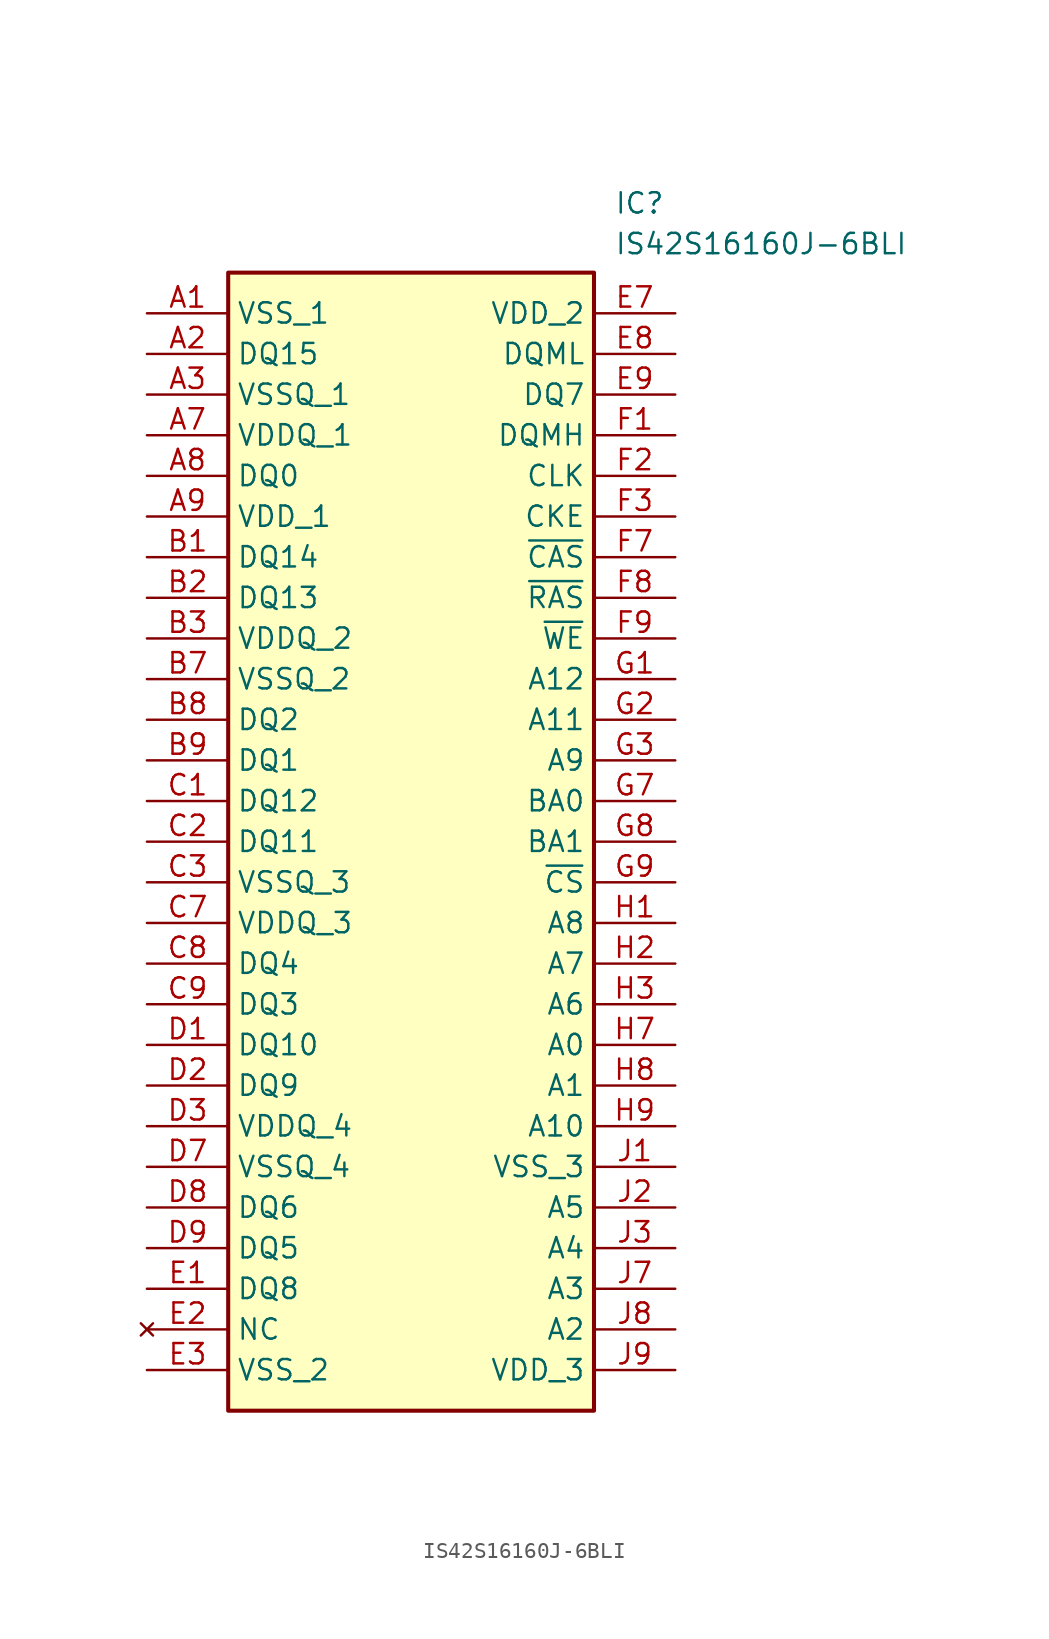
<source format=kicad_sym>
(kicad_symbol_lib
  (version 20211014)
  (generator SamacSys_ECAD_Model)
  (symbol "IS42S16160J-6BLI"
    (property "Reference" "IC"
      (at 29.21 7.62 0)
      (effects (font (size 1.27 1.27)) (justify left top)))
    (property "Value" "IS42S16160J-6BLI"
      (at 29.21 5.08 0)
      (effects (font (size 1.27 1.27)) (justify left top)))
    (rectangle
      (start 5.08 2.54)
      (end 27.94 -68.58)
      (stroke (width 0.254) (type default))
      (fill (type background)))
    (pin passive line
      (at 0 0 0)
      (length 5.08)
      (name "VSS_1" (effects (font (size 1.27 1.27))))
      (number "A1" (effects (font (size 1.27 1.27)))))
    (pin passive line
      (at 0 -2.54 0)
      (length 5.08)
      (name "DQ15" (effects (font (size 1.27 1.27))))
      (number "A2" (effects (font (size 1.27 1.27)))))
    (pin passive line
      (at 0 -5.08 0)
      (length 5.08)
      (name "VSSQ_1" (effects (font (size 1.27 1.27))))
      (number "A3" (effects (font (size 1.27 1.27)))))
    (pin passive line
      (at 0 -7.62 0)
      (length 5.08)
      (name "VDDQ_1" (effects (font (size 1.27 1.27))))
      (number "A7" (effects (font (size 1.27 1.27)))))
    (pin passive line
      (at 0 -10.16 0)
      (length 5.08)
      (name "DQ0" (effects (font (size 1.27 1.27))))
      (number "A8" (effects (font (size 1.27 1.27)))))
    (pin passive line
      (at 0 -12.7 0)
      (length 5.08)
      (name "VDD_1" (effects (font (size 1.27 1.27))))
      (number "A9" (effects (font (size 1.27 1.27)))))
    (pin passive line
      (at 0 -15.24 0)
      (length 5.08)
      (name "DQ14" (effects (font (size 1.27 1.27))))
      (number "B1" (effects (font (size 1.27 1.27)))))
    (pin passive line
      (at 0 -17.78 0)
      (length 5.08)
      (name "DQ13" (effects (font (size 1.27 1.27))))
      (number "B2" (effects (font (size 1.27 1.27)))))
    (pin passive line
      (at 0 -20.32 0)
      (length 5.08)
      (name "VDDQ_2" (effects (font (size 1.27 1.27))))
      (number "B3" (effects (font (size 1.27 1.27)))))
    (pin passive line
      (at 0 -22.86 0)
      (length 5.08)
      (name "VSSQ_2" (effects (font (size 1.27 1.27))))
      (number "B7" (effects (font (size 1.27 1.27)))))
    (pin passive line
      (at 0 -25.4 0)
      (length 5.08)
      (name "DQ2" (effects (font (size 1.27 1.27))))
      (number "B8" (effects (font (size 1.27 1.27)))))
    (pin passive line
      (at 0 -27.94 0)
      (length 5.08)
      (name "DQ1" (effects (font (size 1.27 1.27))))
      (number "B9" (effects (font (size 1.27 1.27)))))
    (pin passive line
      (at 0 -30.48 0)
      (length 5.08)
      (name "DQ12" (effects (font (size 1.27 1.27))))
      (number "C1" (effects (font (size 1.27 1.27)))))
    (pin passive line
      (at 0 -33.02 0)
      (length 5.08)
      (name "DQ11" (effects (font (size 1.27 1.27))))
      (number "C2" (effects (font (size 1.27 1.27)))))
    (pin passive line
      (at 0 -35.56 0)
      (length 5.08)
      (name "VSSQ_3" (effects (font (size 1.27 1.27))))
      (number "C3" (effects (font (size 1.27 1.27)))))
    (pin passive line
      (at 0 -38.1 0)
      (length 5.08)
      (name "VDDQ_3" (effects (font (size 1.27 1.27))))
      (number "C7" (effects (font (size 1.27 1.27)))))
    (pin passive line
      (at 0 -40.64 0)
      (length 5.08)
      (name "DQ4" (effects (font (size 1.27 1.27))))
      (number "C8" (effects (font (size 1.27 1.27)))))
    (pin passive line
      (at 0 -43.18 0)
      (length 5.08)
      (name "DQ3" (effects (font (size 1.27 1.27))))
      (number "C9" (effects (font (size 1.27 1.27)))))
    (pin passive line
      (at 0 -45.72 0)
      (length 5.08)
      (name "DQ10" (effects (font (size 1.27 1.27))))
      (number "D1" (effects (font (size 1.27 1.27)))))
    (pin passive line
      (at 0 -48.26 0)
      (length 5.08)
      (name "DQ9" (effects (font (size 1.27 1.27))))
      (number "D2" (effects (font (size 1.27 1.27)))))
    (pin passive line
      (at 0 -50.8 0)
      (length 5.08)
      (name "VDDQ_4" (effects (font (size 1.27 1.27))))
      (number "D3" (effects (font (size 1.27 1.27)))))
    (pin passive line
      (at 0 -53.34 0)
      (length 5.08)
      (name "VSSQ_4" (effects (font (size 1.27 1.27))))
      (number "D7" (effects (font (size 1.27 1.27)))))
    (pin passive line
      (at 0 -55.88 0)
      (length 5.08)
      (name "DQ6" (effects (font (size 1.27 1.27))))
      (number "D8" (effects (font (size 1.27 1.27)))))
    (pin passive line
      (at 0 -58.42 0)
      (length 5.08)
      (name "DQ5" (effects (font (size 1.27 1.27))))
      (number "D9" (effects (font (size 1.27 1.27)))))
    (pin passive line
      (at 0 -60.96 0)
      (length 5.08)
      (name "DQ8" (effects (font (size 1.27 1.27))))
      (number "E1" (effects (font (size 1.27 1.27)))))
    (pin no_connect line
      (at 0 -63.5 0)
      (length 5.08)
      (name "NC" (effects (font (size 1.27 1.27))))
      (number "E2" (effects (font (size 1.27 1.27)))))
    (pin passive line
      (at 0 -66.04 0)
      (length 5.08)
      (name "VSS_2" (effects (font (size 1.27 1.27))))
      (number "E3" (effects (font (size 1.27 1.27)))))
    (pin passive line
      (at 33.02 0 180)
      (length 5.08)
      (name "VDD_2" (effects (font (size 1.27 1.27))))
      (number "E7" (effects (font (size 1.27 1.27)))))
    (pin passive line
      (at 33.02 -2.54 180)
      (length 5.08)
      (name "DQML" (effects (font (size 1.27 1.27))))
      (number "E8" (effects (font (size 1.27 1.27)))))
    (pin passive line
      (at 33.02 -5.08 180)
      (length 5.08)
      (name "DQ7" (effects (font (size 1.27 1.27))))
      (number "E9" (effects (font (size 1.27 1.27)))))
    (pin passive line
      (at 33.02 -7.62 180)
      (length 5.08)
      (name "DQMH" (effects (font (size 1.27 1.27))))
      (number "F1" (effects (font (size 1.27 1.27)))))
    (pin passive line
      (at 33.02 -10.16 180)
      (length 5.08)
      (name "CLK" (effects (font (size 1.27 1.27))))
      (number "F2" (effects (font (size 1.27 1.27)))))
    (pin passive line
      (at 33.02 -12.7 180)
      (length 5.08)
      (name "CKE" (effects (font (size 1.27 1.27))))
      (number "F3" (effects (font (size 1.27 1.27)))))
    (pin passive line
      (at 33.02 -15.24 180)
      (length 5.08)
      (name "~{CAS}" (effects (font (size 1.27 1.27))))
      (number "F7" (effects (font (size 1.27 1.27)))))
    (pin passive line
      (at 33.02 -17.78 180)
      (length 5.08)
      (name "~{RAS}" (effects (font (size 1.27 1.27))))
      (number "F8" (effects (font (size 1.27 1.27)))))
    (pin passive line
      (at 33.02 -20.32 180)
      (length 5.08)
      (name "~{WE}" (effects (font (size 1.27 1.27))))
      (number "F9" (effects (font (size 1.27 1.27)))))
    (pin passive line
      (at 33.02 -22.86 180)
      (length 5.08)
      (name "A12" (effects (font (size 1.27 1.27))))
      (number "G1" (effects (font (size 1.27 1.27)))))
    (pin passive line
      (at 33.02 -25.4 180)
      (length 5.08)
      (name "A11" (effects (font (size 1.27 1.27))))
      (number "G2" (effects (font (size 1.27 1.27)))))
    (pin passive line
      (at 33.02 -27.94 180)
      (length 5.08)
      (name "A9" (effects (font (size 1.27 1.27))))
      (number "G3" (effects (font (size 1.27 1.27)))))
    (pin passive line
      (at 33.02 -30.48 180)
      (length 5.08)
      (name "BA0" (effects (font (size 1.27 1.27))))
      (number "G7" (effects (font (size 1.27 1.27)))))
    (pin passive line
      (at 33.02 -33.02 180)
      (length 5.08)
      (name "BA1" (effects (font (size 1.27 1.27))))
      (number "G8" (effects (font (size 1.27 1.27)))))
    (pin passive line
      (at 33.02 -35.56 180)
      (length 5.08)
      (name "~{CS}" (effects (font (size 1.27 1.27))))
      (number "G9" (effects (font (size 1.27 1.27)))))
    (pin passive line
      (at 33.02 -38.1 180)
      (length 5.08)
      (name "A8" (effects (font (size 1.27 1.27))))
      (number "H1" (effects (font (size 1.27 1.27)))))
    (pin passive line
      (at 33.02 -40.64 180)
      (length 5.08)
      (name "A7" (effects (font (size 1.27 1.27))))
      (number "H2" (effects (font (size 1.27 1.27)))))
    (pin passive line
      (at 33.02 -43.18 180)
      (length 5.08)
      (name "A6" (effects (font (size 1.27 1.27))))
      (number "H3" (effects (font (size 1.27 1.27)))))
    (pin passive line
      (at 33.02 -45.72 180)
      (length 5.08)
      (name "A0" (effects (font (size 1.27 1.27))))
      (number "H7" (effects (font (size 1.27 1.27)))))
    (pin passive line
      (at 33.02 -48.26 180)
      (length 5.08)
      (name "A1" (effects (font (size 1.27 1.27))))
      (number "H8" (effects (font (size 1.27 1.27)))))
    (pin passive line
      (at 33.02 -50.8 180)
      (length 5.08)
      (name "A10" (effects (font (size 1.27 1.27))))
      (number "H9" (effects (font (size 1.27 1.27)))))
    (pin passive line
      (at 33.02 -53.34 180)
      (length 5.08)
      (name "VSS_3" (effects (font (size 1.27 1.27))))
      (number "J1" (effects (font (size 1.27 1.27)))))
    (pin passive line
      (at 33.02 -55.88 180)
      (length 5.08)
      (name "A5" (effects (font (size 1.27 1.27))))
      (number "J2" (effects (font (size 1.27 1.27)))))
    (pin passive line
      (at 33.02 -58.42 180)
      (length 5.08)
      (name "A4" (effects (font (size 1.27 1.27))))
      (number "J3" (effects (font (size 1.27 1.27)))))
    (pin passive line
      (at 33.02 -60.96 180)
      (length 5.08)
      (name "A3" (effects (font (size 1.27 1.27))))
      (number "J7" (effects (font (size 1.27 1.27)))))
    (pin passive line
      (at 33.02 -63.5 180)
      (length 5.08)
      (name "A2" (effects (font (size 1.27 1.27))))
      (number "J8" (effects (font (size 1.27 1.27)))))
    (pin passive line
      (at 33.02 -66.04 180)
      (length 5.08)
      (name "VDD_3" (effects (font (size 1.27 1.27))))
      (number "J9" (effects (font (size 1.27 1.27)))))))
</source>
